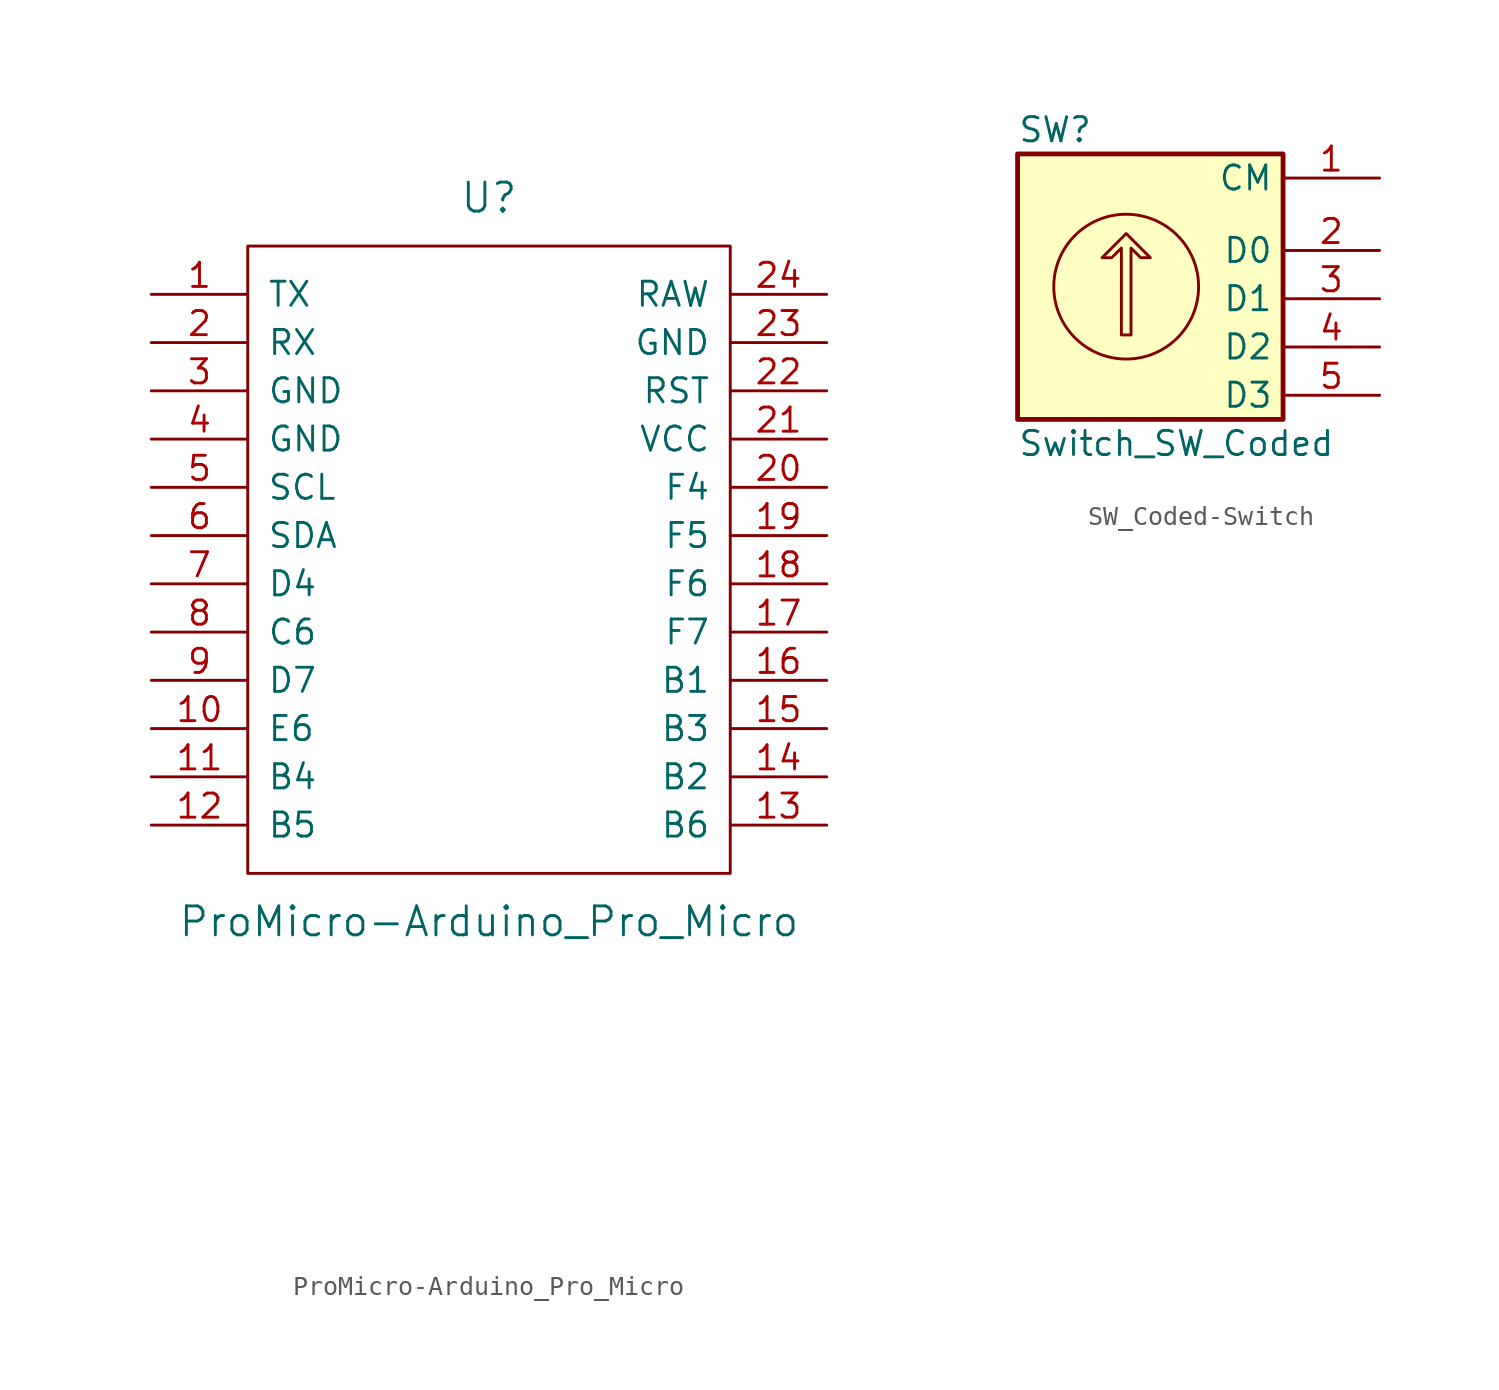
<source format=kicad_sym>
(kicad_symbol_lib
  (version 20231120)
  (generator "kicad_symbol_editor")
  (generator_version "8.0")
  (symbol "ProMicro-Arduino_Pro_Micro"
    (pin_names
      (offset 1.016))
    (property "Reference" "U"
      (at 0 24.13 0)
      (effects (font (size 1.524 1.524))))
    (property "Value" "ProMicro-Arduino_Pro_Micro"
      (at 0 -13.97 0)
      (effects (font (size 1.524 1.524))))
    (property "Footprint" ""
      (at 2.54 -26.67 0)
      (effects (font (size 1.524 1.524))))
    (property "Datasheet" ""
      (at 2.54 -26.67 0)
      (effects (font (size 1.524 1.524))))
    (symbol "ProMicro-Arduino_Pro_Micro_0_1"
      (rectangle (start -12.7 21.59) (end 12.7 -11.43) (stroke (width 0) (type solid)) (fill (type none))))
    (symbol "ProMicro-Arduino_Pro_Micro_1_1"
      (pin bidirectional line (at -17.78 19.05 0) (length 5.08) (name "TX" (effects (font (size 1.27 1.27)))) (number "1" (effects (font (size 1.27 1.27)))))
      (pin bidirectional line (at -17.78 -3.81 0) (length 5.08) (name "E6" (effects (font (size 1.27 1.27)))) (number "10" (effects (font (size 1.27 1.27)))))
      (pin bidirectional line (at -17.78 -6.35 0) (length 5.08) (name "B4" (effects (font (size 1.27 1.27)))) (number "11" (effects (font (size 1.27 1.27)))))
      (pin bidirectional line (at -17.78 -8.89 0) (length 5.08) (name "B5" (effects (font (size 1.27 1.27)))) (number "12" (effects (font (size 1.27 1.27)))))
      (pin bidirectional line (at 17.78 -8.89 180) (length 5.08) (name "B6" (effects (font (size 1.27 1.27)))) (number "13" (effects (font (size 1.27 1.27)))))
      (pin bidirectional line (at 17.78 -6.35 180) (length 5.08) (name "B2" (effects (font (size 1.27 1.27)))) (number "14" (effects (font (size 1.27 1.27)))))
      (pin bidirectional line (at 17.78 -3.81 180) (length 5.08) (name "B3" (effects (font (size 1.27 1.27)))) (number "15" (effects (font (size 1.27 1.27)))))
      (pin bidirectional line (at 17.78 -1.27 180) (length 5.08) (name "B1" (effects (font (size 1.27 1.27)))) (number "16" (effects (font (size 1.27 1.27)))))
      (pin bidirectional line (at 17.78 1.27 180) (length 5.08) (name "F7" (effects (font (size 1.27 1.27)))) (number "17" (effects (font (size 1.27 1.27)))))
      (pin bidirectional line (at 17.78 3.81 180) (length 5.08) (name "F6" (effects (font (size 1.27 1.27)))) (number "18" (effects (font (size 1.27 1.27)))))
      (pin bidirectional line (at 17.78 6.35 180) (length 5.08) (name "F5" (effects (font (size 1.27 1.27)))) (number "19" (effects (font (size 1.27 1.27)))))
      (pin bidirectional line (at -17.78 16.51 0) (length 5.08) (name "RX" (effects (font (size 1.27 1.27)))) (number "2" (effects (font (size 1.27 1.27)))))
      (pin bidirectional line (at 17.78 8.89 180) (length 5.08) (name "F4" (effects (font (size 1.27 1.27)))) (number "20" (effects (font (size 1.27 1.27)))))
      (pin power_in line (at 17.78 11.43 180) (length 5.08) (name "VCC" (effects (font (size 1.27 1.27)))) (number "21" (effects (font (size 1.27 1.27)))))
      (pin input line (at 17.78 13.97 180) (length 5.08) (name "RST" (effects (font (size 1.27 1.27)))) (number "22" (effects (font (size 1.27 1.27)))))
      (pin power_in line (at 17.78 16.51 180) (length 5.08) (name "GND" (effects (font (size 1.27 1.27)))) (number "23" (effects (font (size 1.27 1.27)))))
      (pin power_out line (at 17.78 19.05 180) (length 5.08) (name "RAW" (effects (font (size 1.27 1.27)))) (number "24" (effects (font (size 1.27 1.27)))))
      (pin power_in line (at -17.78 13.97 0) (length 5.08) (name "GND" (effects (font (size 1.27 1.27)))) (number "3" (effects (font (size 1.27 1.27)))))
      (pin power_in line (at -17.78 11.43 0) (length 5.08) (name "GND" (effects (font (size 1.27 1.27)))) (number "4" (effects (font (size 1.27 1.27)))))
      (pin bidirectional line (at -17.78 8.89 0) (length 5.08) (name "SCL" (effects (font (size 1.27 1.27)))) (number "5" (effects (font (size 1.27 1.27)))))
      (pin bidirectional line (at -17.78 6.35 0) (length 5.08) (name "SDA" (effects (font (size 1.27 1.27)))) (number "6" (effects (font (size 1.27 1.27)))))
      (pin bidirectional line (at -17.78 3.81 0) (length 5.08) (name "D4" (effects (font (size 1.27 1.27)))) (number "7" (effects (font (size 1.27 1.27)))))
      (pin bidirectional line (at -17.78 1.27 0) (length 5.08) (name "C6" (effects (font (size 1.27 1.27)))) (number "8" (effects (font (size 1.27 1.27)))))
      (pin bidirectional line (at -17.78 -1.27 0) (length 5.08) (name "D7" (effects (font (size 1.27 1.27)))) (number "9" (effects (font (size 1.27 1.27)))))))
  (symbol "SW_Coded-Switch"
    (property "Reference" "SW"
      (at -6.35 8.89 0)
      (effects (font (size 1.27 1.27)) (justify left)))
    (property "Value" "Switch_SW_Coded"
      (at -6.35 -7.62 0)
      (effects (font (size 1.27 1.27)) (justify left)))
    (symbol "SW_Coded-Switch_0_1"
      (circle (center -0.635 0.635) (radius 3.81) (stroke (width 0) (type solid)) (fill (type none)))
      (polyline (pts (xy -0.889 -1.905) (xy -0.889 2.667) (xy -1.397 2.159) (xy -1.905 2.159) (xy -0.635 3.429) (xy 0.635 2.159) (xy 0.127 2.159) (xy -0.381 2.667) (xy -0.381 -1.905) (xy -0.889 -1.905) (xy -0.889 -1.905)) (stroke (width 0) (type solid)) (fill (type none)))
      (rectangle (start 7.62 7.62) (end -6.35 -6.35) (stroke (width 0.254) (type solid)) (fill (type background))))
    (symbol "SW_Coded-Switch_1_1"
      (pin passive line (at 12.7 6.35 180) (length 5.08) (name "CM" (effects (font (size 1.27 1.27)))) (number "1" (effects (font (size 1.27 1.27)))))
      (pin passive line (at 12.7 2.54 180) (length 5.08) (name "D0" (effects (font (size 1.27 1.27)))) (number "2" (effects (font (size 1.27 1.27)))))
      (pin passive line (at 12.7 0 180) (length 5.08) (name "D1" (effects (font (size 1.27 1.27)))) (number "3" (effects (font (size 1.27 1.27)))))
      (pin passive line (at 12.7 -2.54 180) (length 5.08) (name "D2" (effects (font (size 1.27 1.27)))) (number "4" (effects (font (size 1.27 1.27)))))
      (pin passive line (at 12.7 -5.08 180) (length 5.08) (name "D3" (effects (font (size 1.27 1.27)))) (number "5" (effects (font (size 1.27 1.27))))))))
</source>
